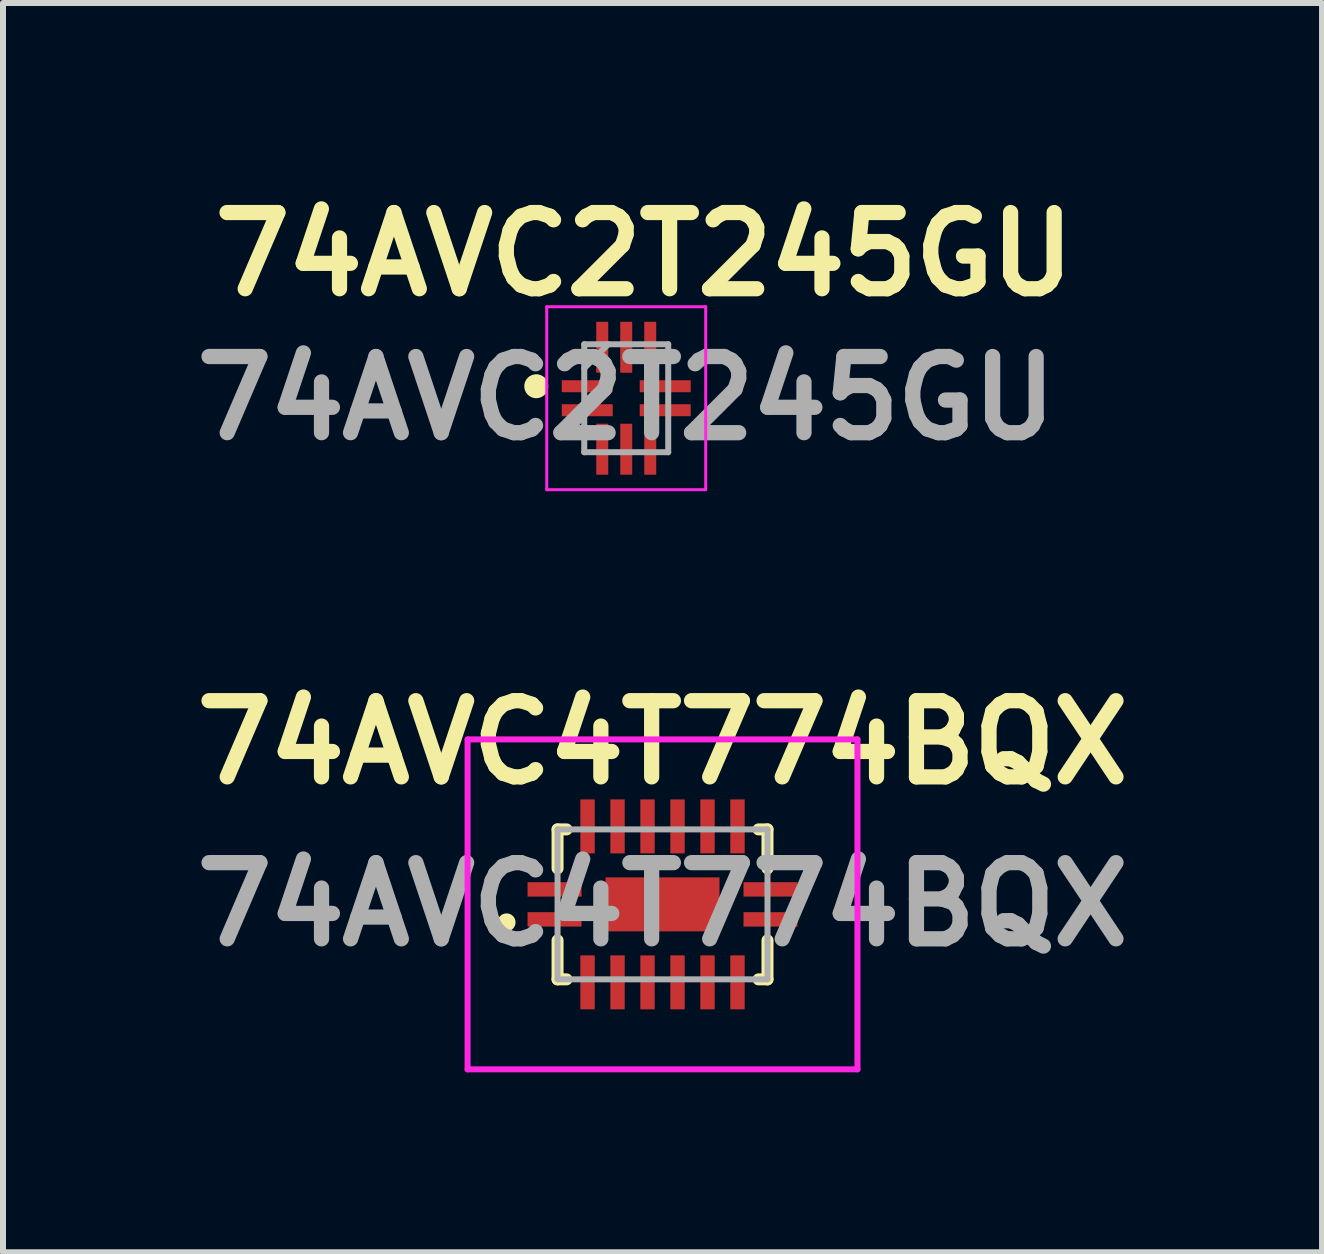
<source format=kicad_pcb>
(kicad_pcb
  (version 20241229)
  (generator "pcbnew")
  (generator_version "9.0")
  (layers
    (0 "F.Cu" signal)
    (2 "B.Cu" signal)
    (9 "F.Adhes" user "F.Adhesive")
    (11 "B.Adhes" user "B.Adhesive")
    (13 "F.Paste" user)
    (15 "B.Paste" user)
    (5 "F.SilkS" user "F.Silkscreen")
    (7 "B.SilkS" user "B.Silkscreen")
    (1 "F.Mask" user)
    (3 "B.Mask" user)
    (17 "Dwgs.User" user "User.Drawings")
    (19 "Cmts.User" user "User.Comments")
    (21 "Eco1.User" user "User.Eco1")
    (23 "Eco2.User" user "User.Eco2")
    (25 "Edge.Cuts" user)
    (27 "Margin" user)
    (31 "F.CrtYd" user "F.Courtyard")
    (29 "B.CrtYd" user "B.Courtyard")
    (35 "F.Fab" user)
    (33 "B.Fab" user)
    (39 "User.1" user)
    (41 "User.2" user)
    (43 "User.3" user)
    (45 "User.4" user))
  (footprint "74AVC2T245GU"
    (layer "F.Cu")
    (at 7.39 3.589)
    (property "Reference" "74AVC2T245GU" (at 0.3 -2.4 0) (layer "F.SilkS") (effects (font (size 1.27 1.27) (thickness 0.254))))
    (attr smd)
    (fp_circle (center -1.5 -0.2) (end -1.5 -0.1) (stroke (width 0.2) (type solid)) (fill no) (layer "F.SilkS"))
    (fp_line (start -1.325 -1.525) (end 1.325 -1.525) (stroke (width 0.05) (type solid)) (layer "F.CrtYd"))
    (fp_line (start -1.325 1.525) (end -1.325 -1.525) (stroke (width 0.05) (type solid)) (layer "F.CrtYd"))
    (fp_line (start 1.325 -1.525) (end 1.325 1.525) (stroke (width 0.05) (type solid)) (layer "F.CrtYd"))
    (fp_line (start 1.325 1.525) (end -1.325 1.525) (stroke (width 0.05) (type solid)) (layer "F.CrtYd"))
    (fp_line (start -0.7 -0.9) (end 0.7 -0.9) (stroke (width 0.1) (type solid)) (layer "F.Fab"))
    (fp_line (start -0.7 -0.5) (end -0.3 -0.9) (stroke (width 0.1) (type solid)) (layer "F.Fab"))
    (fp_line (start -0.7 0.9) (end -0.7 -0.9) (stroke (width 0.1) (type solid)) (layer "F.Fab"))
    (fp_line (start 0.7 -0.9) (end 0.7 0.9) (stroke (width 0.1) (type solid)) (layer "F.Fab"))
    (fp_line (start 0.7 0.9) (end -0.7 0.9) (stroke (width 0.1) (type solid)) (layer "F.Fab"))
    (fp_text user "${REFERENCE}" (at 0 0 0) (layer "F.Fab") (effects (font (size 1.27 1.27) (thickness 0.254))))
    (pad "1" smd rect (at -0.65 -0.2 90) (size 0.2 0.85) (layers "F.Cu" "F.Mask" "F.Paste"))
    (pad "2" smd rect (at -0.65 0.2 90) (size 0.2 0.85) (layers "F.Cu" "F.Mask" "F.Paste"))
    (pad "3" smd rect (at -0.4 0.85) (size 0.2 0.85) (layers "F.Cu" "F.Mask" "F.Paste"))
    (pad "4" smd rect (at 0 0.85) (size 0.2 0.85) (layers "F.Cu" "F.Mask" "F.Paste"))
    (pad "5" smd rect (at 0.4 0.85) (size 0.2 0.85) (layers "F.Cu" "F.Mask" "F.Paste"))
    (pad "6" smd rect (at 0.65 0.2 90) (size 0.2 0.85) (layers "F.Cu" "F.Mask" "F.Paste"))
    (pad "7" smd rect (at 0.65 -0.2 90) (size 0.2 0.85) (layers "F.Cu" "F.Mask" "F.Paste"))
    (pad "8" smd rect (at 0.4 -0.85) (size 0.2 0.85) (layers "F.Cu" "F.Mask" "F.Paste"))
    (pad "9" smd rect (at 0 -0.85) (size 0.2 0.85) (layers "F.Cu" "F.Mask" "F.Paste"))
    (pad "10" smd rect (at -0.4 -0.85) (size 0.2 0.85) (layers "F.Cu" "F.Mask" "F.Paste")))
  (footprint "74AVC4T774BQX"
    (layer "F.Cu")
    (at 7.995 12.027)
    (property "Reference" "74AVC4T774BQX" (at 0 -2.7 0) (layer "F.SilkS") (effects (font (size 1.27 1.27) (thickness 0.254))))
    (attr smd)
    (fp_line (start -1.75 -1.25) (end -1.6 -1.25) (stroke (width 0.2) (type solid)) (layer "F.SilkS"))
    (fp_line (start -1.75 -0.6) (end -1.75 -1.25) (stroke (width 0.2) (type solid)) (layer "F.SilkS"))
    (fp_line (start -1.75 0.6) (end -1.75 1.25) (stroke (width 0.2) (type solid)) (layer "F.SilkS"))
    (fp_line (start -1.75 1.25) (end -1.6 1.25) (stroke (width 0.2) (type solid)) (layer "F.SilkS"))
    (fp_line (start 1.6 -1.25) (end 1.75 -1.25) (stroke (width 0.2) (type solid)) (layer "F.SilkS"))
    (fp_line (start 1.75 -1.25) (end 1.75 -0.6) (stroke (width 0.2) (type solid)) (layer "F.SilkS"))
    (fp_line (start 1.75 0.6) (end 1.75 1.25) (stroke (width 0.2) (type solid)) (layer "F.SilkS"))
    (fp_line (start 1.75 1.25) (end 1.6 1.25) (stroke (width 0.2) (type solid)) (layer "F.SilkS"))
    (fp_circle (center -2.6 0.3) (end -2.5 0.3) (stroke (width 0.1) (type solid)) (fill yes) (layer "F.SilkS"))
    (fp_line (start -3.25 -2.75) (end 3.25 -2.75) (stroke (width 0.1) (type solid)) (layer "F.CrtYd"))
    (fp_line (start -3.25 2.75) (end -3.25 -2.75) (stroke (width 0.1) (type solid)) (layer "F.CrtYd"))
    (fp_line (start 3.25 -2.75) (end 3.25 2.75) (stroke (width 0.1) (type solid)) (layer "F.CrtYd"))
    (fp_line (start 3.25 2.75) (end -3.25 2.75) (stroke (width 0.1) (type solid)) (layer "F.CrtYd"))
    (fp_line (start -1.75 -1.25) (end -1.75 1.25) (stroke (width 0.1) (type solid)) (layer "F.Fab"))
    (fp_line (start -1.75 1.25) (end 1.75 1.25) (stroke (width 0.1) (type solid)) (layer "F.Fab"))
    (fp_line (start 1.75 -1.25) (end -1.75 -1.25) (stroke (width 0.1) (type solid)) (layer "F.Fab"))
    (fp_line (start 1.75 1.25) (end 1.75 -1.25) (stroke (width 0.1) (type solid)) (layer "F.Fab"))
    (fp_text user "${REFERENCE}" (at 0 0 0) (layer "F.Fab") (effects (font (size 1.27 1.27) (thickness 0.254))))
    (pad "1" smd rect (at -1.8 0.25 90) (size 0.24 0.9) (layers "F.Cu" "F.Mask" "F.Paste"))
    (pad "2" smd rect (at -1.25 1.3) (size 0.24 0.9) (layers "F.Cu" "F.Mask" "F.Paste"))
    (pad "3" smd rect (at -0.75 1.3) (size 0.24 0.9) (layers "F.Cu" "F.Mask" "F.Paste"))
    (pad "4" smd rect (at -0.25 1.3) (size 0.24 0.9) (layers "F.Cu" "F.Mask" "F.Paste"))
    (pad "5" smd rect (at 0.25 1.3) (size 0.24 0.9) (layers "F.Cu" "F.Mask" "F.Paste"))
    (pad "6" smd rect (at 0.75 1.3) (size 0.24 0.9) (layers "F.Cu" "F.Mask" "F.Paste"))
    (pad "7" smd rect (at 1.25 1.3) (size 0.24 0.9) (layers "F.Cu" "F.Mask" "F.Paste"))
    (pad "8" smd rect (at 1.8 0.25 90) (size 0.24 0.9) (layers "F.Cu" "F.Mask" "F.Paste"))
    (pad "9" smd rect (at 1.8 -0.25 90) (size 0.24 0.9) (layers "F.Cu" "F.Mask" "F.Paste"))
    (pad "10" smd rect (at 1.25 -1.3) (size 0.24 0.9) (layers "F.Cu" "F.Mask" "F.Paste"))
    (pad "11" smd rect (at 0.75 -1.3) (size 0.24 0.9) (layers "F.Cu" "F.Mask" "F.Paste"))
    (pad "12" smd rect (at 0.25 -1.3) (size 0.24 0.9) (layers "F.Cu" "F.Mask" "F.Paste"))
    (pad "13" smd rect (at -0.25 -1.3) (size 0.24 0.9) (layers "F.Cu" "F.Mask" "F.Paste"))
    (pad "14" smd rect (at -0.75 -1.3) (size 0.24 0.9) (layers "F.Cu" "F.Mask" "F.Paste"))
    (pad "15" smd rect (at -1.25 -1.3) (size 0.24 0.9) (layers "F.Cu" "F.Mask" "F.Paste"))
    (pad "16" smd rect (at -1.8 -0.25 90) (size 0.24 0.9) (layers "F.Cu" "F.Mask" "F.Paste"))
    (pad "17" smd rect (at 0 0 90) (size 0.9 1.9) (layers "F.Cu" "F.Mask" "F.Paste")))
  (gr_rect
    (start -3 -3)
    (end 18.99 17.827)
    (stroke (width 0.1) (type default))
    (fill no)
    (layer "Edge.Cuts")))
</source>
